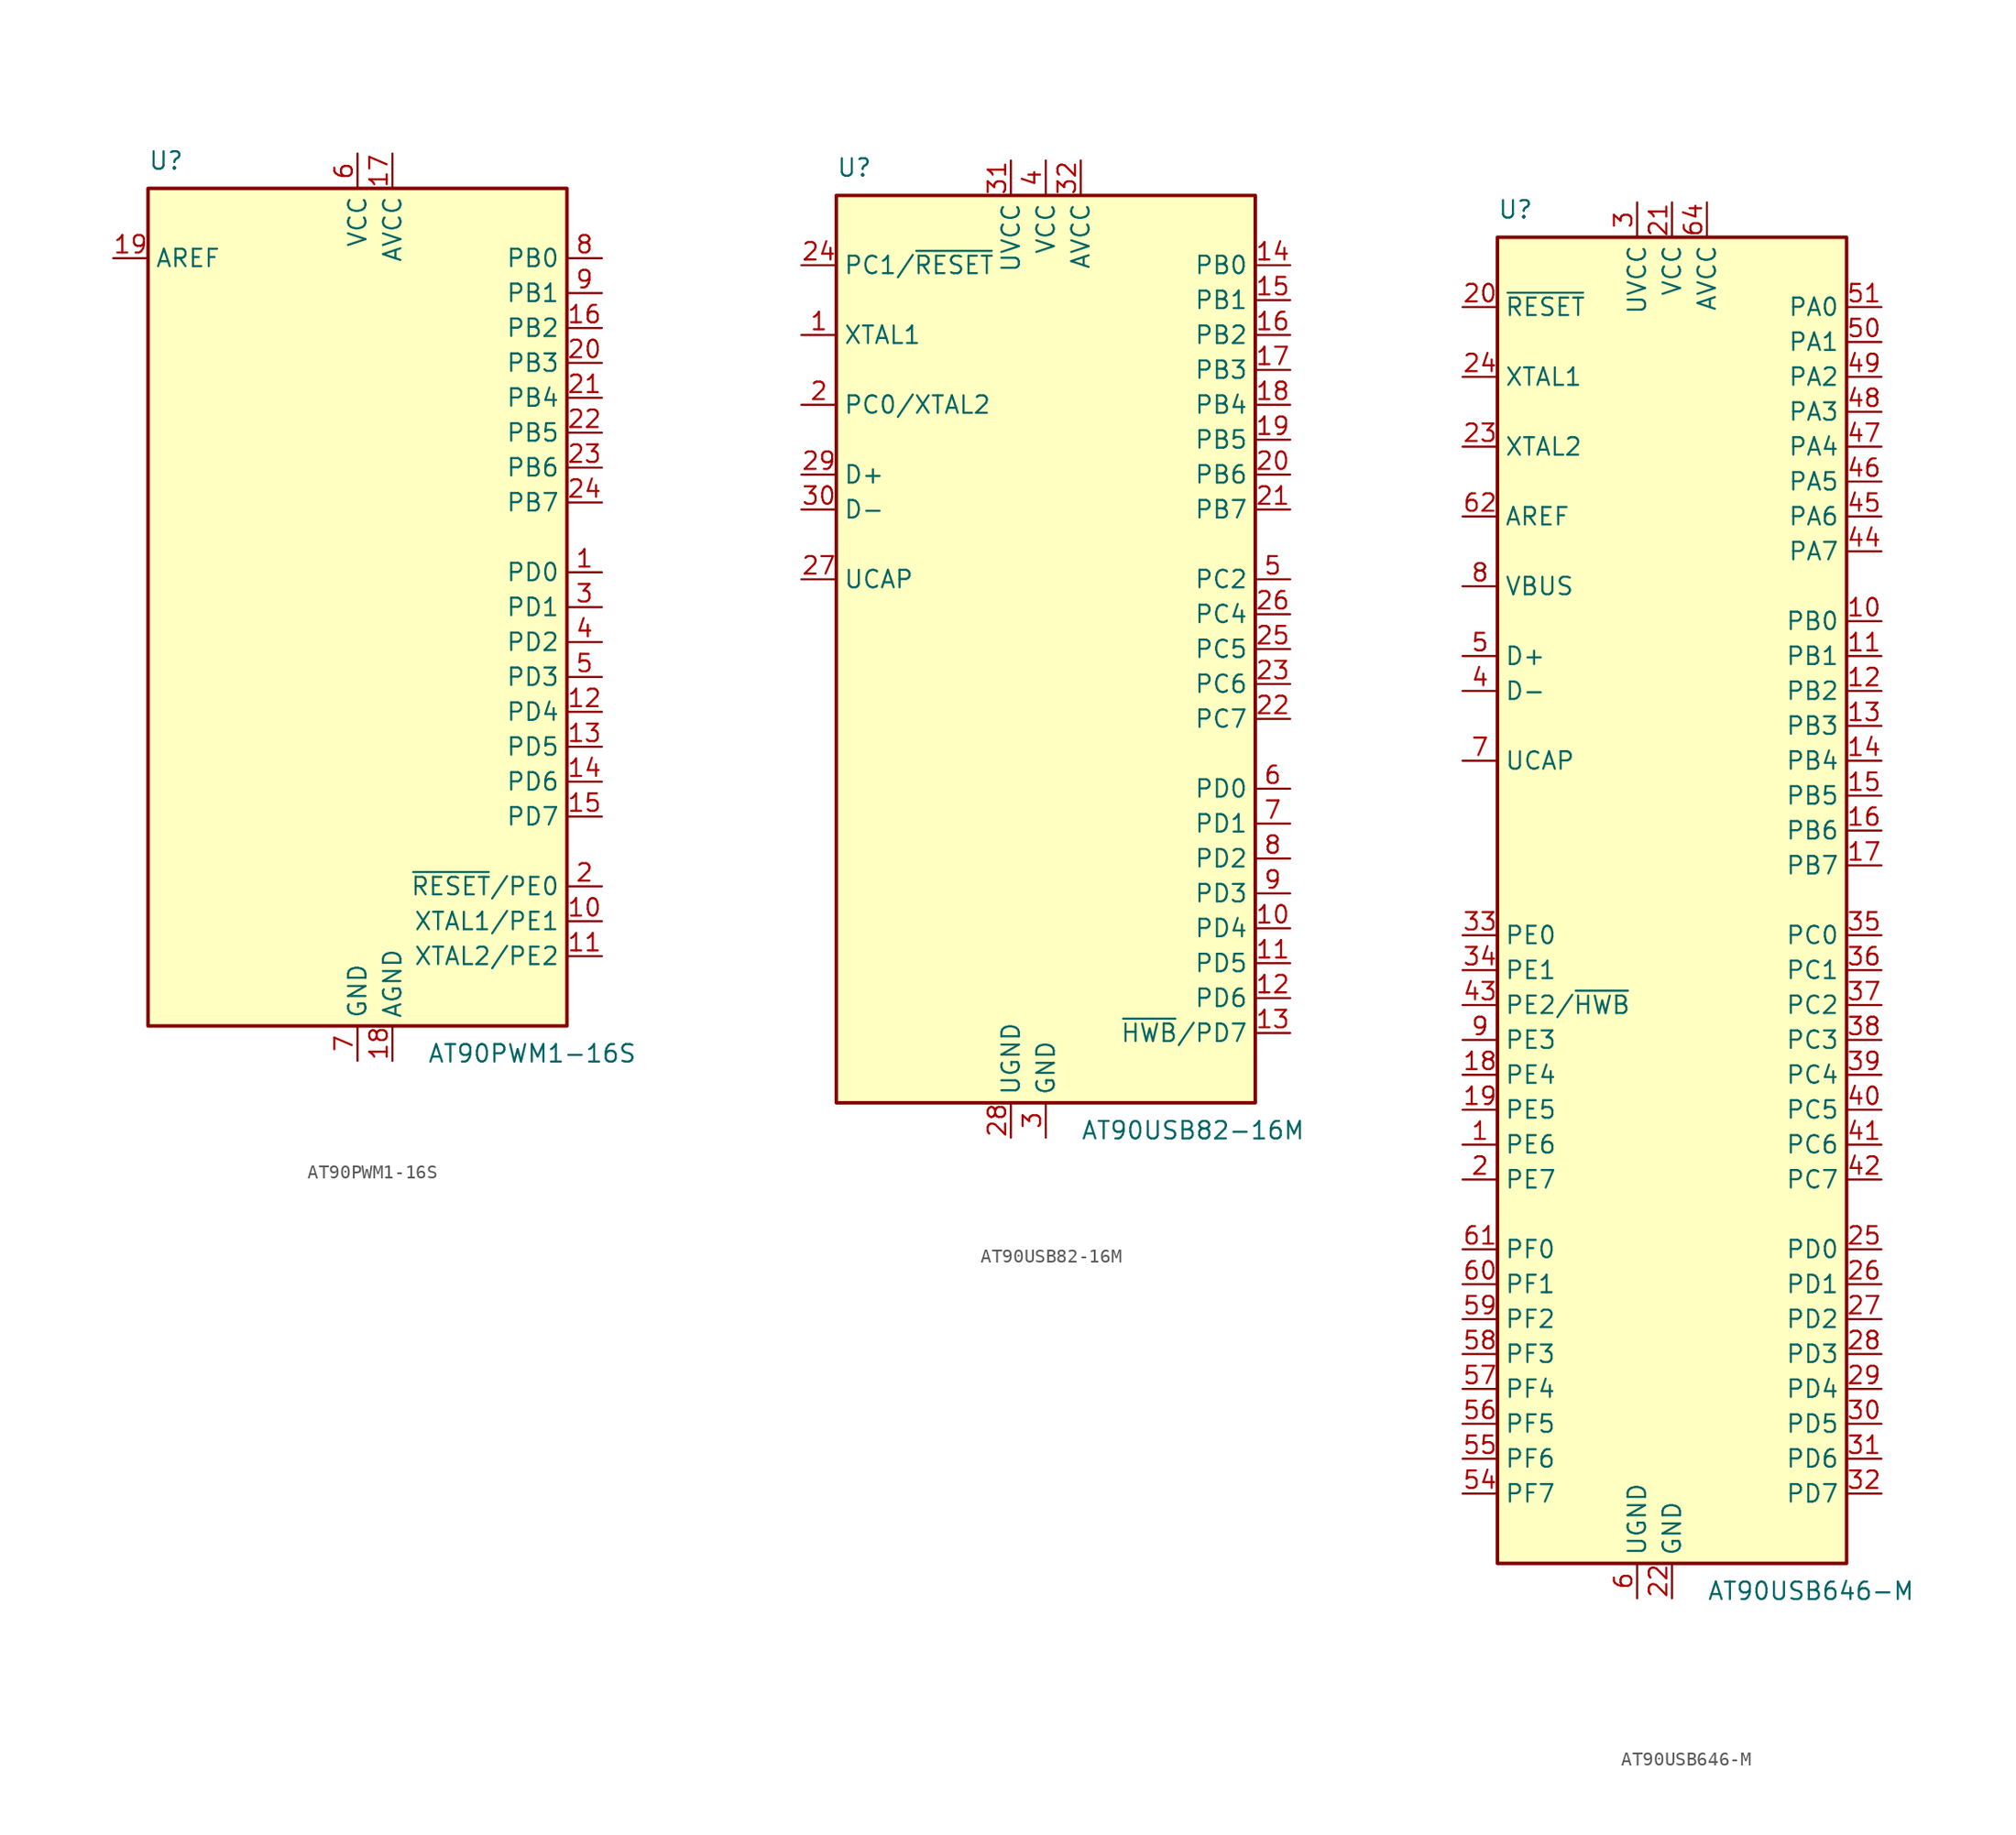
<source format=kicad_sym>
(kicad_symbol_lib
  (version 20231120)
  (generator "kicad_symbol_editor")
  (generator_version "8.0")
  (symbol "AT90PWM1-16S"
    (property "Reference" "U"
      (at -15.24 31.75 0)
      (effects (font (size 1.27 1.27)) (justify left bottom)))
    (property "Value" "AT90PWM1-16S"
      (at 5.08 -31.75 0)
      (effects (font (size 1.27 1.27)) (justify left top)))
    (symbol "AT90PWM1-16S_0_1"
      (rectangle (start -15.24 -30.48) (end 15.24 30.48) (stroke (width 0.254) (type default)) (fill (type background))))
    (symbol "AT90PWM1-16S_1_1"
      (pin bidirectional line (at 17.78 2.54 180) (length 2.54) (name "PD0" (effects (font (size 1.27 1.27)))) (number "1" (effects (font (size 1.27 1.27)))))
      (pin bidirectional line (at 17.78 -22.86 180) (length 2.54) (name "XTAL1/PE1" (effects (font (size 1.27 1.27)))) (number "10" (effects (font (size 1.27 1.27)))))
      (pin bidirectional line (at 17.78 -25.4 180) (length 2.54) (name "XTAL2/PE2" (effects (font (size 1.27 1.27)))) (number "11" (effects (font (size 1.27 1.27)))))
      (pin bidirectional line (at 17.78 -7.62 180) (length 2.54) (name "PD4" (effects (font (size 1.27 1.27)))) (number "12" (effects (font (size 1.27 1.27)))))
      (pin bidirectional line (at 17.78 -10.16 180) (length 2.54) (name "PD5" (effects (font (size 1.27 1.27)))) (number "13" (effects (font (size 1.27 1.27)))))
      (pin bidirectional line (at 17.78 -12.7 180) (length 2.54) (name "PD6" (effects (font (size 1.27 1.27)))) (number "14" (effects (font (size 1.27 1.27)))))
      (pin bidirectional line (at 17.78 -15.24 180) (length 2.54) (name "PD7" (effects (font (size 1.27 1.27)))) (number "15" (effects (font (size 1.27 1.27)))))
      (pin bidirectional line (at 17.78 20.32 180) (length 2.54) (name "PB2" (effects (font (size 1.27 1.27)))) (number "16" (effects (font (size 1.27 1.27)))))
      (pin power_in line (at 2.54 33.02 270) (length 2.54) (name "AVCC" (effects (font (size 1.27 1.27)))) (number "17" (effects (font (size 1.27 1.27)))))
      (pin power_in line (at 2.54 -33.02 90) (length 2.54) (name "AGND" (effects (font (size 1.27 1.27)))) (number "18" (effects (font (size 1.27 1.27)))))
      (pin passive line (at -17.78 25.4 0) (length 2.54) (name "AREF" (effects (font (size 1.27 1.27)))) (number "19" (effects (font (size 1.27 1.27)))))
      (pin bidirectional line (at 17.78 -20.32 180) (length 2.54) (name "~{RESET}/PE0" (effects (font (size 1.27 1.27)))) (number "2" (effects (font (size 1.27 1.27)))))
      (pin bidirectional line (at 17.78 17.78 180) (length 2.54) (name "PB3" (effects (font (size 1.27 1.27)))) (number "20" (effects (font (size 1.27 1.27)))))
      (pin bidirectional line (at 17.78 15.24 180) (length 2.54) (name "PB4" (effects (font (size 1.27 1.27)))) (number "21" (effects (font (size 1.27 1.27)))))
      (pin bidirectional line (at 17.78 12.7 180) (length 2.54) (name "PB5" (effects (font (size 1.27 1.27)))) (number "22" (effects (font (size 1.27 1.27)))))
      (pin bidirectional line (at 17.78 10.16 180) (length 2.54) (name "PB6" (effects (font (size 1.27 1.27)))) (number "23" (effects (font (size 1.27 1.27)))))
      (pin bidirectional line (at 17.78 7.62 180) (length 2.54) (name "PB7" (effects (font (size 1.27 1.27)))) (number "24" (effects (font (size 1.27 1.27)))))
      (pin bidirectional line (at 17.78 0 180) (length 2.54) (name "PD1" (effects (font (size 1.27 1.27)))) (number "3" (effects (font (size 1.27 1.27)))))
      (pin bidirectional line (at 17.78 -2.54 180) (length 2.54) (name "PD2" (effects (font (size 1.27 1.27)))) (number "4" (effects (font (size 1.27 1.27)))))
      (pin bidirectional line (at 17.78 -5.08 180) (length 2.54) (name "PD3" (effects (font (size 1.27 1.27)))) (number "5" (effects (font (size 1.27 1.27)))))
      (pin power_in line (at 0 33.02 270) (length 2.54) (name "VCC" (effects (font (size 1.27 1.27)))) (number "6" (effects (font (size 1.27 1.27)))))
      (pin power_in line (at 0 -33.02 90) (length 2.54) (name "GND" (effects (font (size 1.27 1.27)))) (number "7" (effects (font (size 1.27 1.27)))))
      (pin bidirectional line (at 17.78 25.4 180) (length 2.54) (name "PB0" (effects (font (size 1.27 1.27)))) (number "8" (effects (font (size 1.27 1.27)))))
      (pin bidirectional line (at 17.78 22.86 180) (length 2.54) (name "PB1" (effects (font (size 1.27 1.27)))) (number "9" (effects (font (size 1.27 1.27)))))))
  (symbol "AT90USB82-16M"
    (property "Reference" "U"
      (at -15.24 34.29 0)
      (effects (font (size 1.27 1.27)) (justify left bottom)))
    (property "Value" "AT90USB82-16M"
      (at 2.54 -34.29 0)
      (effects (font (size 1.27 1.27)) (justify left top)))
    (symbol "AT90USB82-16M_0_1"
      (rectangle (start -15.24 -33.02) (end 15.24 33.02) (stroke (width 0.254) (type default)) (fill (type background))))
    (symbol "AT90USB82-16M_1_1"
      (pin input line (at -17.78 22.86 0) (length 2.54) (name "XTAL1" (effects (font (size 1.27 1.27)))) (number "1" (effects (font (size 1.27 1.27)))))
      (pin bidirectional line (at 17.78 -20.32 180) (length 2.54) (name "PD4" (effects (font (size 1.27 1.27)))) (number "10" (effects (font (size 1.27 1.27)))))
      (pin bidirectional line (at 17.78 -22.86 180) (length 2.54) (name "PD5" (effects (font (size 1.27 1.27)))) (number "11" (effects (font (size 1.27 1.27)))))
      (pin bidirectional line (at 17.78 -25.4 180) (length 2.54) (name "PD6" (effects (font (size 1.27 1.27)))) (number "12" (effects (font (size 1.27 1.27)))))
      (pin bidirectional line (at 17.78 -27.94 180) (length 2.54) (name "~{HWB}/PD7" (effects (font (size 1.27 1.27)))) (number "13" (effects (font (size 1.27 1.27)))))
      (pin bidirectional line (at 17.78 27.94 180) (length 2.54) (name "PB0" (effects (font (size 1.27 1.27)))) (number "14" (effects (font (size 1.27 1.27)))))
      (pin bidirectional line (at 17.78 25.4 180) (length 2.54) (name "PB1" (effects (font (size 1.27 1.27)))) (number "15" (effects (font (size 1.27 1.27)))))
      (pin bidirectional line (at 17.78 22.86 180) (length 2.54) (name "PB2" (effects (font (size 1.27 1.27)))) (number "16" (effects (font (size 1.27 1.27)))))
      (pin bidirectional line (at 17.78 20.32 180) (length 2.54) (name "PB3" (effects (font (size 1.27 1.27)))) (number "17" (effects (font (size 1.27 1.27)))))
      (pin bidirectional line (at 17.78 17.78 180) (length 2.54) (name "PB4" (effects (font (size 1.27 1.27)))) (number "18" (effects (font (size 1.27 1.27)))))
      (pin bidirectional line (at 17.78 15.24 180) (length 2.54) (name "PB5" (effects (font (size 1.27 1.27)))) (number "19" (effects (font (size 1.27 1.27)))))
      (pin bidirectional line (at -17.78 17.78 0) (length 2.54) (name "PC0/XTAL2" (effects (font (size 1.27 1.27)))) (number "2" (effects (font (size 1.27 1.27)))))
      (pin bidirectional line (at 17.78 12.7 180) (length 2.54) (name "PB6" (effects (font (size 1.27 1.27)))) (number "20" (effects (font (size 1.27 1.27)))))
      (pin bidirectional line (at 17.78 10.16 180) (length 2.54) (name "PB7" (effects (font (size 1.27 1.27)))) (number "21" (effects (font (size 1.27 1.27)))))
      (pin bidirectional line (at 17.78 -5.08 180) (length 2.54) (name "PC7" (effects (font (size 1.27 1.27)))) (number "22" (effects (font (size 1.27 1.27)))))
      (pin bidirectional line (at 17.78 -2.54 180) (length 2.54) (name "PC6" (effects (font (size 1.27 1.27)))) (number "23" (effects (font (size 1.27 1.27)))))
      (pin bidirectional line (at -17.78 27.94 0) (length 2.54) (name "PC1/~{RESET}" (effects (font (size 1.27 1.27)))) (number "24" (effects (font (size 1.27 1.27)))))
      (pin bidirectional line (at 17.78 0 180) (length 2.54) (name "PC5" (effects (font (size 1.27 1.27)))) (number "25" (effects (font (size 1.27 1.27)))))
      (pin bidirectional line (at 17.78 2.54 180) (length 2.54) (name "PC4" (effects (font (size 1.27 1.27)))) (number "26" (effects (font (size 1.27 1.27)))))
      (pin passive line (at -17.78 5.08 0) (length 2.54) (name "UCAP" (effects (font (size 1.27 1.27)))) (number "27" (effects (font (size 1.27 1.27)))))
      (pin power_in line (at -2.54 -35.56 90) (length 2.54) (name "UGND" (effects (font (size 1.27 1.27)))) (number "28" (effects (font (size 1.27 1.27)))))
      (pin bidirectional line (at -17.78 12.7 0) (length 2.54) (name "D+" (effects (font (size 1.27 1.27)))) (number "29" (effects (font (size 1.27 1.27)))))
      (pin power_in line (at 0 -35.56 90) (length 2.54) (name "GND" (effects (font (size 1.27 1.27)))) (number "3" (effects (font (size 1.27 1.27)))))
      (pin bidirectional line (at -17.78 10.16 0) (length 2.54) (name "D-" (effects (font (size 1.27 1.27)))) (number "30" (effects (font (size 1.27 1.27)))))
      (pin power_in line (at -2.54 35.56 270) (length 2.54) (name "UVCC" (effects (font (size 1.27 1.27)))) (number "31" (effects (font (size 1.27 1.27)))))
      (pin power_in line (at 2.54 35.56 270) (length 2.54) (name "AVCC" (effects (font (size 1.27 1.27)))) (number "32" (effects (font (size 1.27 1.27)))))
      (pin passive line (at 0 -35.56 90) (length 2.54) hide (name "GND" (effects (font (size 1.27 1.27)))) (number "33" (effects (font (size 1.27 1.27)))))
      (pin power_in line (at 0 35.56 270) (length 2.54) (name "VCC" (effects (font (size 1.27 1.27)))) (number "4" (effects (font (size 1.27 1.27)))))
      (pin bidirectional line (at 17.78 5.08 180) (length 2.54) (name "PC2" (effects (font (size 1.27 1.27)))) (number "5" (effects (font (size 1.27 1.27)))))
      (pin bidirectional line (at 17.78 -10.16 180) (length 2.54) (name "PD0" (effects (font (size 1.27 1.27)))) (number "6" (effects (font (size 1.27 1.27)))))
      (pin bidirectional line (at 17.78 -12.7 180) (length 2.54) (name "PD1" (effects (font (size 1.27 1.27)))) (number "7" (effects (font (size 1.27 1.27)))))
      (pin bidirectional line (at 17.78 -15.24 180) (length 2.54) (name "PD2" (effects (font (size 1.27 1.27)))) (number "8" (effects (font (size 1.27 1.27)))))
      (pin bidirectional line (at 17.78 -17.78 180) (length 2.54) (name "PD3" (effects (font (size 1.27 1.27)))) (number "9" (effects (font (size 1.27 1.27)))))))
  (symbol "AT90USB646-M"
    (property "Reference" "U"
      (at -12.7 49.53 0)
      (effects (font (size 1.27 1.27)) (justify left bottom)))
    (property "Value" "AT90USB646-M"
      (at 2.54 -49.53 0)
      (effects (font (size 1.27 1.27)) (justify left top)))
    (symbol "AT90USB646-M_0_1"
      (rectangle (start -12.7 -48.26) (end 12.7 48.26) (stroke (width 0.254) (type default)) (fill (type background))))
    (symbol "AT90USB646-M_1_1"
      (pin bidirectional line (at -15.24 -17.78 0) (length 2.54) (name "PE6" (effects (font (size 1.27 1.27)))) (number "1" (effects (font (size 1.27 1.27)))))
      (pin bidirectional line (at 15.24 20.32 180) (length 2.54) (name "PB0" (effects (font (size 1.27 1.27)))) (number "10" (effects (font (size 1.27 1.27)))))
      (pin bidirectional line (at 15.24 17.78 180) (length 2.54) (name "PB1" (effects (font (size 1.27 1.27)))) (number "11" (effects (font (size 1.27 1.27)))))
      (pin bidirectional line (at 15.24 15.24 180) (length 2.54) (name "PB2" (effects (font (size 1.27 1.27)))) (number "12" (effects (font (size 1.27 1.27)))))
      (pin bidirectional line (at 15.24 12.7 180) (length 2.54) (name "PB3" (effects (font (size 1.27 1.27)))) (number "13" (effects (font (size 1.27 1.27)))))
      (pin bidirectional line (at 15.24 10.16 180) (length 2.54) (name "PB4" (effects (font (size 1.27 1.27)))) (number "14" (effects (font (size 1.27 1.27)))))
      (pin bidirectional line (at 15.24 7.62 180) (length 2.54) (name "PB5" (effects (font (size 1.27 1.27)))) (number "15" (effects (font (size 1.27 1.27)))))
      (pin bidirectional line (at 15.24 5.08 180) (length 2.54) (name "PB6" (effects (font (size 1.27 1.27)))) (number "16" (effects (font (size 1.27 1.27)))))
      (pin bidirectional line (at 15.24 2.54 180) (length 2.54) (name "PB7" (effects (font (size 1.27 1.27)))) (number "17" (effects (font (size 1.27 1.27)))))
      (pin bidirectional line (at -15.24 -12.7 0) (length 2.54) (name "PE4" (effects (font (size 1.27 1.27)))) (number "18" (effects (font (size 1.27 1.27)))))
      (pin bidirectional line (at -15.24 -15.24 0) (length 2.54) (name "PE5" (effects (font (size 1.27 1.27)))) (number "19" (effects (font (size 1.27 1.27)))))
      (pin bidirectional line (at -15.24 -20.32 0) (length 2.54) (name "PE7" (effects (font (size 1.27 1.27)))) (number "2" (effects (font (size 1.27 1.27)))))
      (pin input line (at -15.24 43.18 0) (length 2.54) (name "~{RESET}" (effects (font (size 1.27 1.27)))) (number "20" (effects (font (size 1.27 1.27)))))
      (pin power_in line (at 0 50.8 270) (length 2.54) (name "VCC" (effects (font (size 1.27 1.27)))) (number "21" (effects (font (size 1.27 1.27)))))
      (pin power_in line (at 0 -50.8 90) (length 2.54) (name "GND" (effects (font (size 1.27 1.27)))) (number "22" (effects (font (size 1.27 1.27)))))
      (pin output line (at -15.24 33.02 0) (length 2.54) (name "XTAL2" (effects (font (size 1.27 1.27)))) (number "23" (effects (font (size 1.27 1.27)))))
      (pin input line (at -15.24 38.1 0) (length 2.54) (name "XTAL1" (effects (font (size 1.27 1.27)))) (number "24" (effects (font (size 1.27 1.27)))))
      (pin bidirectional line (at 15.24 -25.4 180) (length 2.54) (name "PD0" (effects (font (size 1.27 1.27)))) (number "25" (effects (font (size 1.27 1.27)))))
      (pin bidirectional line (at 15.24 -27.94 180) (length 2.54) (name "PD1" (effects (font (size 1.27 1.27)))) (number "26" (effects (font (size 1.27 1.27)))))
      (pin bidirectional line (at 15.24 -30.48 180) (length 2.54) (name "PD2" (effects (font (size 1.27 1.27)))) (number "27" (effects (font (size 1.27 1.27)))))
      (pin bidirectional line (at 15.24 -33.02 180) (length 2.54) (name "PD3" (effects (font (size 1.27 1.27)))) (number "28" (effects (font (size 1.27 1.27)))))
      (pin bidirectional line (at 15.24 -35.56 180) (length 2.54) (name "PD4" (effects (font (size 1.27 1.27)))) (number "29" (effects (font (size 1.27 1.27)))))
      (pin power_in line (at -2.54 50.8 270) (length 2.54) (name "UVCC" (effects (font (size 1.27 1.27)))) (number "3" (effects (font (size 1.27 1.27)))))
      (pin bidirectional line (at 15.24 -38.1 180) (length 2.54) (name "PD5" (effects (font (size 1.27 1.27)))) (number "30" (effects (font (size 1.27 1.27)))))
      (pin bidirectional line (at 15.24 -40.64 180) (length 2.54) (name "PD6" (effects (font (size 1.27 1.27)))) (number "31" (effects (font (size 1.27 1.27)))))
      (pin bidirectional line (at 15.24 -43.18 180) (length 2.54) (name "PD7" (effects (font (size 1.27 1.27)))) (number "32" (effects (font (size 1.27 1.27)))))
      (pin bidirectional line (at -15.24 -2.54 0) (length 2.54) (name "PE0" (effects (font (size 1.27 1.27)))) (number "33" (effects (font (size 1.27 1.27)))))
      (pin bidirectional line (at -15.24 -5.08 0) (length 2.54) (name "PE1" (effects (font (size 1.27 1.27)))) (number "34" (effects (font (size 1.27 1.27)))))
      (pin bidirectional line (at 15.24 -2.54 180) (length 2.54) (name "PC0" (effects (font (size 1.27 1.27)))) (number "35" (effects (font (size 1.27 1.27)))))
      (pin bidirectional line (at 15.24 -5.08 180) (length 2.54) (name "PC1" (effects (font (size 1.27 1.27)))) (number "36" (effects (font (size 1.27 1.27)))))
      (pin bidirectional line (at 15.24 -7.62 180) (length 2.54) (name "PC2" (effects (font (size 1.27 1.27)))) (number "37" (effects (font (size 1.27 1.27)))))
      (pin bidirectional line (at 15.24 -10.16 180) (length 2.54) (name "PC3" (effects (font (size 1.27 1.27)))) (number "38" (effects (font (size 1.27 1.27)))))
      (pin bidirectional line (at 15.24 -12.7 180) (length 2.54) (name "PC4" (effects (font (size 1.27 1.27)))) (number "39" (effects (font (size 1.27 1.27)))))
      (pin bidirectional line (at -15.24 15.24 0) (length 2.54) (name "D-" (effects (font (size 1.27 1.27)))) (number "4" (effects (font (size 1.27 1.27)))))
      (pin bidirectional line (at 15.24 -15.24 180) (length 2.54) (name "PC5" (effects (font (size 1.27 1.27)))) (number "40" (effects (font (size 1.27 1.27)))))
      (pin bidirectional line (at 15.24 -17.78 180) (length 2.54) (name "PC6" (effects (font (size 1.27 1.27)))) (number "41" (effects (font (size 1.27 1.27)))))
      (pin bidirectional line (at 15.24 -20.32 180) (length 2.54) (name "PC7" (effects (font (size 1.27 1.27)))) (number "42" (effects (font (size 1.27 1.27)))))
      (pin bidirectional line (at -15.24 -7.62 0) (length 2.54) (name "PE2/~{HWB}" (effects (font (size 1.27 1.27)))) (number "43" (effects (font (size 1.27 1.27)))))
      (pin bidirectional line (at 15.24 25.4 180) (length 2.54) (name "PA7" (effects (font (size 1.27 1.27)))) (number "44" (effects (font (size 1.27 1.27)))))
      (pin bidirectional line (at 15.24 27.94 180) (length 2.54) (name "PA6" (effects (font (size 1.27 1.27)))) (number "45" (effects (font (size 1.27 1.27)))))
      (pin bidirectional line (at 15.24 30.48 180) (length 2.54) (name "PA5" (effects (font (size 1.27 1.27)))) (number "46" (effects (font (size 1.27 1.27)))))
      (pin bidirectional line (at 15.24 33.02 180) (length 2.54) (name "PA4" (effects (font (size 1.27 1.27)))) (number "47" (effects (font (size 1.27 1.27)))))
      (pin bidirectional line (at 15.24 35.56 180) (length 2.54) (name "PA3" (effects (font (size 1.27 1.27)))) (number "48" (effects (font (size 1.27 1.27)))))
      (pin bidirectional line (at 15.24 38.1 180) (length 2.54) (name "PA2" (effects (font (size 1.27 1.27)))) (number "49" (effects (font (size 1.27 1.27)))))
      (pin bidirectional line (at -15.24 17.78 0) (length 2.54) (name "D+" (effects (font (size 1.27 1.27)))) (number "5" (effects (font (size 1.27 1.27)))))
      (pin bidirectional line (at 15.24 40.64 180) (length 2.54) (name "PA1" (effects (font (size 1.27 1.27)))) (number "50" (effects (font (size 1.27 1.27)))))
      (pin bidirectional line (at 15.24 43.18 180) (length 2.54) (name "PA0" (effects (font (size 1.27 1.27)))) (number "51" (effects (font (size 1.27 1.27)))))
      (pin passive line (at 0 50.8 270) (length 2.54) hide (name "VCC" (effects (font (size 1.27 1.27)))) (number "52" (effects (font (size 1.27 1.27)))))
      (pin passive line (at 0 -50.8 90) (length 2.54) hide (name "GND" (effects (font (size 1.27 1.27)))) (number "53" (effects (font (size 1.27 1.27)))))
      (pin bidirectional line (at -15.24 -43.18 0) (length 2.54) (name "PF7" (effects (font (size 1.27 1.27)))) (number "54" (effects (font (size 1.27 1.27)))))
      (pin bidirectional line (at -15.24 -40.64 0) (length 2.54) (name "PF6" (effects (font (size 1.27 1.27)))) (number "55" (effects (font (size 1.27 1.27)))))
      (pin bidirectional line (at -15.24 -38.1 0) (length 2.54) (name "PF5" (effects (font (size 1.27 1.27)))) (number "56" (effects (font (size 1.27 1.27)))))
      (pin bidirectional line (at -15.24 -35.56 0) (length 2.54) (name "PF4" (effects (font (size 1.27 1.27)))) (number "57" (effects (font (size 1.27 1.27)))))
      (pin bidirectional line (at -15.24 -33.02 0) (length 2.54) (name "PF3" (effects (font (size 1.27 1.27)))) (number "58" (effects (font (size 1.27 1.27)))))
      (pin bidirectional line (at -15.24 -30.48 0) (length 2.54) (name "PF2" (effects (font (size 1.27 1.27)))) (number "59" (effects (font (size 1.27 1.27)))))
      (pin power_in line (at -2.54 -50.8 90) (length 2.54) (name "UGND" (effects (font (size 1.27 1.27)))) (number "6" (effects (font (size 1.27 1.27)))))
      (pin bidirectional line (at -15.24 -27.94 0) (length 2.54) (name "PF1" (effects (font (size 1.27 1.27)))) (number "60" (effects (font (size 1.27 1.27)))))
      (pin bidirectional line (at -15.24 -25.4 0) (length 2.54) (name "PF0" (effects (font (size 1.27 1.27)))) (number "61" (effects (font (size 1.27 1.27)))))
      (pin passive line (at -15.24 27.94 0) (length 2.54) (name "AREF" (effects (font (size 1.27 1.27)))) (number "62" (effects (font (size 1.27 1.27)))))
      (pin passive line (at 0 -50.8 90) (length 2.54) hide (name "GND" (effects (font (size 1.27 1.27)))) (number "63" (effects (font (size 1.27 1.27)))))
      (pin power_in line (at 2.54 50.8 270) (length 2.54) (name "AVCC" (effects (font (size 1.27 1.27)))) (number "64" (effects (font (size 1.27 1.27)))))
      (pin passive line (at 0 -50.8 90) (length 2.54) hide (name "GND" (effects (font (size 1.27 1.27)))) (number "65" (effects (font (size 1.27 1.27)))))
      (pin passive line (at -15.24 10.16 0) (length 2.54) (name "UCAP" (effects (font (size 1.27 1.27)))) (number "7" (effects (font (size 1.27 1.27)))))
      (pin input line (at -15.24 22.86 0) (length 2.54) (name "VBUS" (effects (font (size 1.27 1.27)))) (number "8" (effects (font (size 1.27 1.27)))))
      (pin bidirectional line (at -15.24 -10.16 0) (length 2.54) (name "PE3" (effects (font (size 1.27 1.27)))) (number "9" (effects (font (size 1.27 1.27))))))))
</source>
